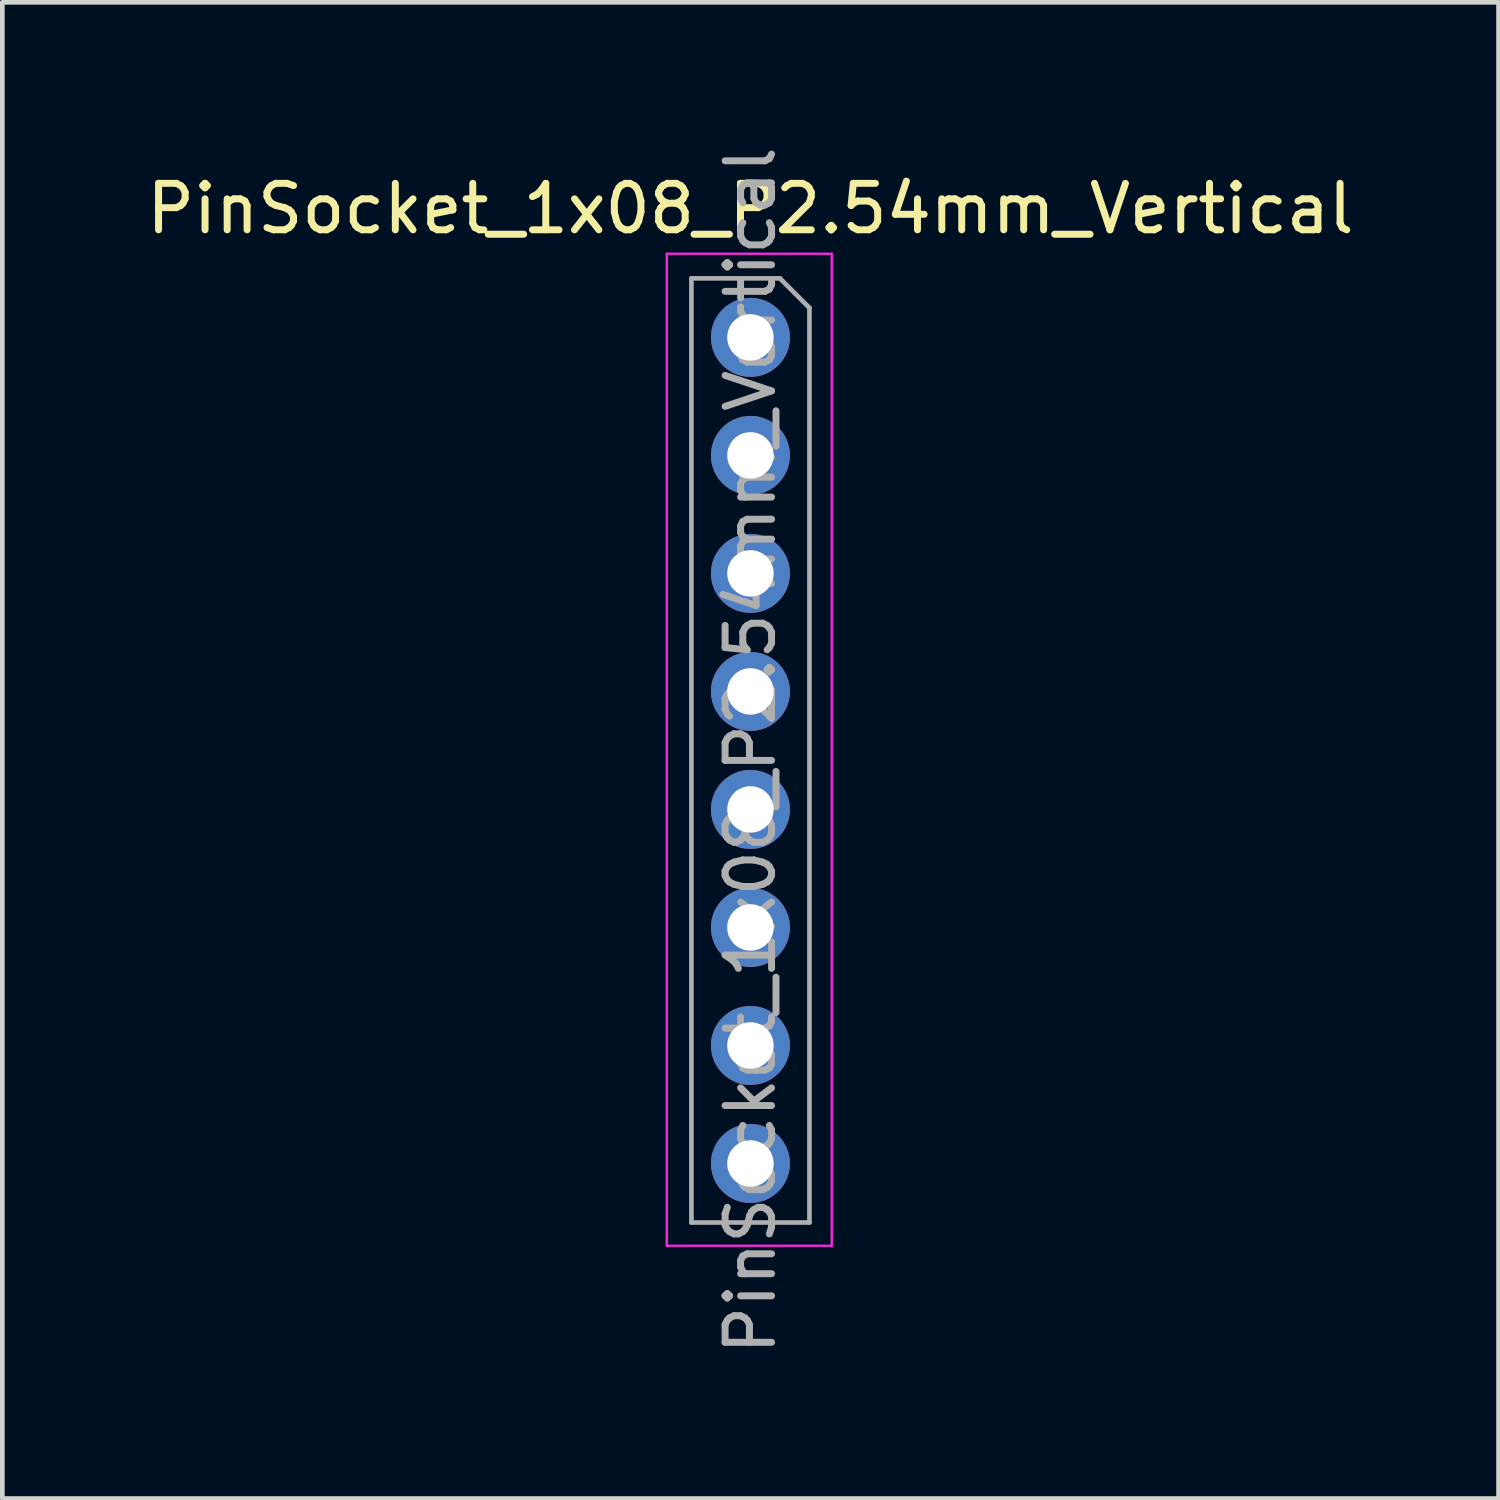
<source format=kicad_pcb>
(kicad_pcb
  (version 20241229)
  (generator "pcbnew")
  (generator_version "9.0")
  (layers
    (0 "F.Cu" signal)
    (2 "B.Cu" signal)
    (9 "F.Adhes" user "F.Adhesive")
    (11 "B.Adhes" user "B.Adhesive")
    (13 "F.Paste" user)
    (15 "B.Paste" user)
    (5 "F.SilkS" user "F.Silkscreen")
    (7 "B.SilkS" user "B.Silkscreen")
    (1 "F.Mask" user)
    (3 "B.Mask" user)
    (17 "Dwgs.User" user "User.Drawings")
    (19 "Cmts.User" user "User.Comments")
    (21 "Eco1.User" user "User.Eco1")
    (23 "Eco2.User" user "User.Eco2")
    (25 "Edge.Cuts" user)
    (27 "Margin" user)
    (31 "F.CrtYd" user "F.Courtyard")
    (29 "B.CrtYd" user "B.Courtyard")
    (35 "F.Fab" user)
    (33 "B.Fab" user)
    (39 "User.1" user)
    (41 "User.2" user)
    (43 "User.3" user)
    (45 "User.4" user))
  (footprint "PinSocket_1x08_P2.54mm_Vertical"
    (layer "F.Cu")
    (at 13.101 4.211)
    (property "Reference" "PinSocket_1x08_P2.54mm_Vertical" (at 0 -2.77 0) (layer "F.SilkS") (effects (font (size 1 1) (thickness 0.15))))
    (attr through_hole)
    (fp_line (start -1.8 -1.8) (end 1.75 -1.8) (stroke (width 0.05) (type solid)) (layer "F.CrtYd"))
    (fp_line (start -1.8 19.55) (end -1.8 -1.8) (stroke (width 0.05) (type solid)) (layer "F.CrtYd"))
    (fp_line (start 1.75 -1.8) (end 1.75 19.55) (stroke (width 0.05) (type solid)) (layer "F.CrtYd"))
    (fp_line (start 1.75 19.55) (end -1.8 19.55) (stroke (width 0.05) (type solid)) (layer "F.CrtYd"))
    (fp_line (start -1.27 -1.27) (end 0.635 -1.27) (stroke (width 0.1) (type solid)) (layer "F.Fab"))
    (fp_line (start -1.27 19.05) (end -1.27 -1.27) (stroke (width 0.1) (type solid)) (layer "F.Fab"))
    (fp_line (start 0.635 -1.27) (end 1.27 -0.635) (stroke (width 0.1) (type solid)) (layer "F.Fab"))
    (fp_line (start 1.27 -0.635) (end 1.27 19.05) (stroke (width 0.1) (type solid)) (layer "F.Fab"))
    (fp_line (start 1.27 19.05) (end -1.27 19.05) (stroke (width 0.1) (type solid)) (layer "F.Fab"))
    (fp_text user "${REFERENCE}" (at 0 8.89 90) (layer "F.Fab") (effects (font (size 1 1) (thickness 0.15))))
    (pad "1" thru_hole circle (at 0 0) (size 1.7 1.7) (drill 1) (layers "*.Cu" "*.Mask"))
    (pad "2" thru_hole oval (at 0 2.54) (size 1.7 1.7) (drill 1) (layers "*.Cu" "*.Mask"))
    (pad "3" thru_hole oval (at 0 5.08) (size 1.7 1.7) (drill 1) (layers "*.Cu" "*.Mask"))
    (pad "4" thru_hole oval (at 0 7.62) (size 1.7 1.7) (drill 1) (layers "*.Cu" "*.Mask"))
    (pad "5" thru_hole oval (at 0 10.16) (size 1.7 1.7) (drill 1) (layers "*.Cu" "*.Mask"))
    (pad "6" thru_hole oval (at 0 12.7) (size 1.7 1.7) (drill 1) (layers "*.Cu" "*.Mask"))
    (pad "7" thru_hole oval (at 0 15.24) (size 1.7 1.7) (drill 1) (layers "*.Cu" "*.Mask"))
    (pad "8" thru_hole oval (at 0 17.78) (size 1.7 1.7) (drill 1) (layers "*.Cu" "*.Mask")))
  (gr_rect
    (start -3 -3)
    (end 29.202 29.202)
    (stroke (width 0.1) (type default))
    (fill no)
    (layer "Edge.Cuts")))
</source>
